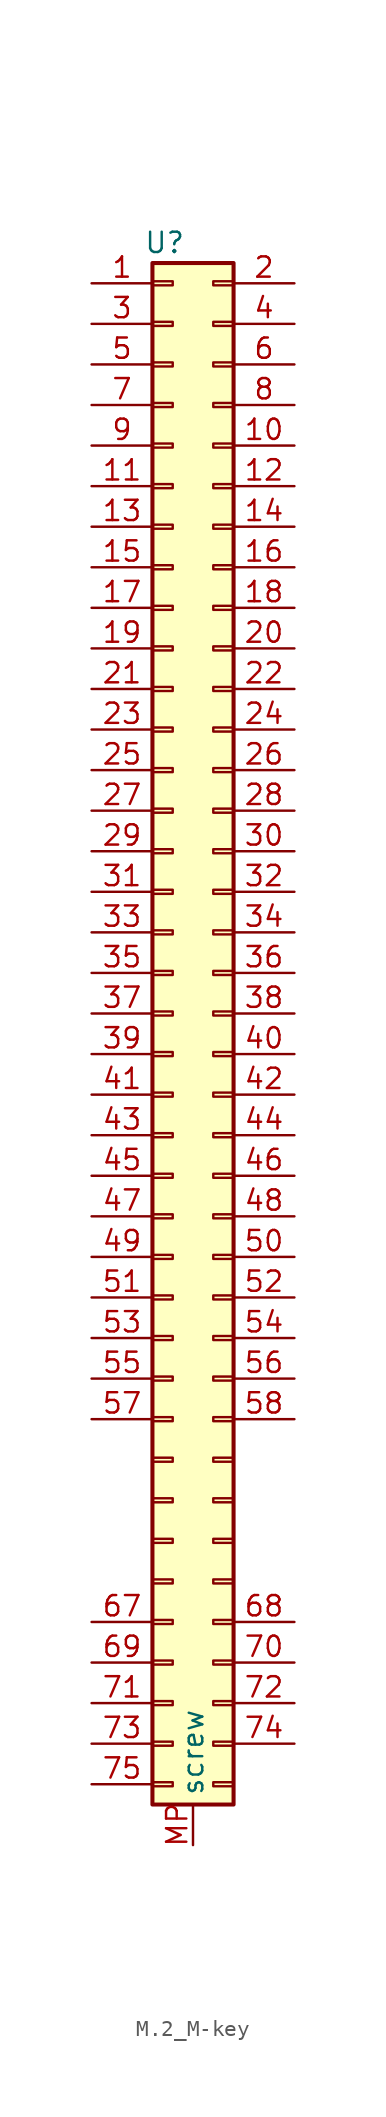
<source format=kicad_sym>
(kicad_symbol_lib
  (version 20241209)
  (generator "kicad_symbol_editor")
  (generator_version "9.0")
  (symbol "M.2_M-key"
    (property "Reference" "U"
      (at -1.778 1.27 0)
      (effects (font (size 1.27 1.27))))
    (property "Value" ""
      (at 0 0 0)
      (effects (font (size 1.27 1.27))))
    (symbol "M.2_M-key_1_1"
      (rectangle (start -2.54 0) (end 2.54 -96.52) (stroke (width 0.254) (type default)) (fill (type background)))
      (rectangle (start -2.54 -1.143) (end -1.27 -1.397) (stroke (width 0.152) (type default)) (fill (type none)))
      (rectangle (start -2.54 -3.683) (end -1.27 -3.937) (stroke (width 0.152) (type default)) (fill (type none)))
      (rectangle (start -2.54 -6.223) (end -1.27 -6.477) (stroke (width 0.152) (type default)) (fill (type none)))
      (rectangle (start -2.54 -8.763) (end -1.27 -9.017) (stroke (width 0.152) (type default)) (fill (type none)))
      (rectangle (start -2.54 -11.303) (end -1.27 -11.557) (stroke (width 0.152) (type default)) (fill (type none)))
      (rectangle (start -2.54 -13.843) (end -1.27 -14.097) (stroke (width 0.152) (type default)) (fill (type none)))
      (rectangle (start -2.54 -16.383) (end -1.27 -16.637) (stroke (width 0.152) (type default)) (fill (type none)))
      (rectangle (start -2.54 -18.923) (end -1.27 -19.177) (stroke (width 0.152) (type default)) (fill (type none)))
      (rectangle (start -2.54 -21.463) (end -1.27 -21.717) (stroke (width 0.152) (type default)) (fill (type none)))
      (rectangle (start -2.54 -24.003) (end -1.27 -24.257) (stroke (width 0.152) (type default)) (fill (type none)))
      (rectangle (start -2.54 -26.543) (end -1.27 -26.797) (stroke (width 0.152) (type default)) (fill (type none)))
      (rectangle (start -2.54 -29.083) (end -1.27 -29.337) (stroke (width 0.152) (type default)) (fill (type none)))
      (rectangle (start -2.54 -31.623) (end -1.27 -31.877) (stroke (width 0.152) (type default)) (fill (type none)))
      (rectangle (start -2.54 -34.163) (end -1.27 -34.417) (stroke (width 0.152) (type default)) (fill (type none)))
      (rectangle (start -2.54 -36.703) (end -1.27 -36.957) (stroke (width 0.152) (type default)) (fill (type none)))
      (rectangle (start -2.54 -39.243) (end -1.27 -39.497) (stroke (width 0.152) (type default)) (fill (type none)))
      (rectangle (start -2.54 -41.783) (end -1.27 -42.037) (stroke (width 0.152) (type default)) (fill (type none)))
      (rectangle (start -2.54 -44.323) (end -1.27 -44.577) (stroke (width 0.152) (type default)) (fill (type none)))
      (rectangle (start -2.54 -46.863) (end -1.27 -47.117) (stroke (width 0.152) (type default)) (fill (type none)))
      (rectangle (start -2.54 -49.403) (end -1.27 -49.657) (stroke (width 0.152) (type default)) (fill (type none)))
      (rectangle (start -2.54 -51.943) (end -1.27 -52.197) (stroke (width 0.152) (type default)) (fill (type none)))
      (rectangle (start -2.54 -54.483) (end -1.27 -54.737) (stroke (width 0.152) (type default)) (fill (type none)))
      (rectangle (start -2.54 -57.023) (end -1.27 -57.277) (stroke (width 0.152) (type default)) (fill (type none)))
      (rectangle (start -2.54 -59.563) (end -1.27 -59.817) (stroke (width 0.152) (type default)) (fill (type none)))
      (rectangle (start -2.54 -62.103) (end -1.27 -62.357) (stroke (width 0.152) (type default)) (fill (type none)))
      (rectangle (start -2.54 -64.643) (end -1.27 -64.897) (stroke (width 0.152) (type default)) (fill (type none)))
      (rectangle (start -2.54 -67.183) (end -1.27 -67.437) (stroke (width 0.152) (type default)) (fill (type none)))
      (rectangle (start -2.54 -69.723) (end -1.27 -69.977) (stroke (width 0.152) (type default)) (fill (type none)))
      (rectangle (start -2.54 -72.263) (end -1.27 -72.517) (stroke (width 0.152) (type default)) (fill (type none)))
      (rectangle (start -2.54 -74.803) (end -1.27 -75.057) (stroke (width 0.152) (type default)) (fill (type none)))
      (rectangle (start -2.54 -77.343) (end -1.27 -77.597) (stroke (width 0.152) (type default)) (fill (type none)))
      (rectangle (start -2.54 -79.883) (end -1.27 -80.137) (stroke (width 0.152) (type default)) (fill (type none)))
      (rectangle (start -2.54 -82.423) (end -1.27 -82.677) (stroke (width 0.152) (type default)) (fill (type none)))
      (rectangle (start -2.54 -84.963) (end -1.27 -85.217) (stroke (width 0.152) (type default)) (fill (type none)))
      (rectangle (start -2.54 -87.503) (end -1.27 -87.757) (stroke (width 0.152) (type default)) (fill (type none)))
      (rectangle (start -2.54 -90.043) (end -1.27 -90.297) (stroke (width 0.152) (type default)) (fill (type none)))
      (rectangle (start -2.54 -92.583) (end -1.27 -92.837) (stroke (width 0.152) (type default)) (fill (type none)))
      (rectangle (start -2.54 -95.123) (end -1.27 -95.377) (stroke (width 0.152) (type default)) (fill (type none)))
      (rectangle (start 2.54 -1.143) (end 1.27 -1.397) (stroke (width 0.152) (type default)) (fill (type none)))
      (rectangle (start 2.54 -3.683) (end 1.27 -3.937) (stroke (width 0.152) (type default)) (fill (type none)))
      (rectangle (start 2.54 -6.223) (end 1.27 -6.477) (stroke (width 0.152) (type default)) (fill (type none)))
      (rectangle (start 2.54 -8.763) (end 1.27 -9.017) (stroke (width 0.152) (type default)) (fill (type none)))
      (rectangle (start 2.54 -11.303) (end 1.27 -11.557) (stroke (width 0.152) (type default)) (fill (type none)))
      (rectangle (start 2.54 -13.843) (end 1.27 -14.097) (stroke (width 0.152) (type default)) (fill (type none)))
      (rectangle (start 2.54 -16.383) (end 1.27 -16.637) (stroke (width 0.152) (type default)) (fill (type none)))
      (rectangle (start 2.54 -18.923) (end 1.27 -19.177) (stroke (width 0.152) (type default)) (fill (type none)))
      (rectangle (start 2.54 -21.463) (end 1.27 -21.717) (stroke (width 0.152) (type default)) (fill (type none)))
      (rectangle (start 2.54 -24.003) (end 1.27 -24.257) (stroke (width 0.152) (type default)) (fill (type none)))
      (rectangle (start 2.54 -26.543) (end 1.27 -26.797) (stroke (width 0.152) (type default)) (fill (type none)))
      (rectangle (start 2.54 -29.083) (end 1.27 -29.337) (stroke (width 0.152) (type default)) (fill (type none)))
      (rectangle (start 2.54 -31.623) (end 1.27 -31.877) (stroke (width 0.152) (type default)) (fill (type none)))
      (rectangle (start 2.54 -34.163) (end 1.27 -34.417) (stroke (width 0.152) (type default)) (fill (type none)))
      (rectangle (start 2.54 -36.703) (end 1.27 -36.957) (stroke (width 0.152) (type default)) (fill (type none)))
      (rectangle (start 2.54 -39.243) (end 1.27 -39.497) (stroke (width 0.152) (type default)) (fill (type none)))
      (rectangle (start 2.54 -41.783) (end 1.27 -42.037) (stroke (width 0.152) (type default)) (fill (type none)))
      (rectangle (start 2.54 -44.323) (end 1.27 -44.577) (stroke (width 0.152) (type default)) (fill (type none)))
      (rectangle (start 2.54 -46.863) (end 1.27 -47.117) (stroke (width 0.152) (type default)) (fill (type none)))
      (rectangle (start 2.54 -49.403) (end 1.27 -49.657) (stroke (width 0.152) (type default)) (fill (type none)))
      (rectangle (start 2.54 -51.943) (end 1.27 -52.197) (stroke (width 0.152) (type default)) (fill (type none)))
      (rectangle (start 2.54 -54.483) (end 1.27 -54.737) (stroke (width 0.152) (type default)) (fill (type none)))
      (rectangle (start 2.54 -57.023) (end 1.27 -57.277) (stroke (width 0.152) (type default)) (fill (type none)))
      (rectangle (start 2.54 -59.563) (end 1.27 -59.817) (stroke (width 0.152) (type default)) (fill (type none)))
      (rectangle (start 2.54 -62.103) (end 1.27 -62.357) (stroke (width 0.152) (type default)) (fill (type none)))
      (rectangle (start 2.54 -64.643) (end 1.27 -64.897) (stroke (width 0.152) (type default)) (fill (type none)))
      (rectangle (start 2.54 -67.183) (end 1.27 -67.437) (stroke (width 0.152) (type default)) (fill (type none)))
      (rectangle (start 2.54 -69.723) (end 1.27 -69.977) (stroke (width 0.152) (type default)) (fill (type none)))
      (rectangle (start 2.54 -72.263) (end 1.27 -72.517) (stroke (width 0.152) (type default)) (fill (type none)))
      (rectangle (start 2.54 -74.803) (end 1.27 -75.057) (stroke (width 0.152) (type default)) (fill (type none)))
      (rectangle (start 2.54 -77.343) (end 1.27 -77.597) (stroke (width 0.152) (type default)) (fill (type none)))
      (rectangle (start 2.54 -79.883) (end 1.27 -80.137) (stroke (width 0.152) (type default)) (fill (type none)))
      (rectangle (start 2.54 -82.423) (end 1.27 -82.677) (stroke (width 0.152) (type default)) (fill (type none)))
      (rectangle (start 2.54 -84.963) (end 1.27 -85.217) (stroke (width 0.152) (type default)) (fill (type none)))
      (rectangle (start 2.54 -87.503) (end 1.27 -87.757) (stroke (width 0.152) (type default)) (fill (type none)))
      (rectangle (start 2.54 -90.043) (end 1.27 -90.297) (stroke (width 0.152) (type default)) (fill (type none)))
      (rectangle (start 2.54 -92.583) (end 1.27 -92.837) (stroke (width 0.152) (type default)) (fill (type none)))
      (rectangle (start 2.54 -95.123) (end 1.27 -95.377) (stroke (width 0.152) (type default)) (fill (type none)))
      (pin passive line (at -6.35 -1.27 0) (length 3.81) (name "" (effects (font (size 1.27 1.27)))) (number "1" (effects (font (size 1.27 1.27)))))
      (pin passive line (at -6.35 -3.81 0) (length 3.81) (name "" (effects (font (size 1.27 1.27)))) (number "3" (effects (font (size 1.27 1.27)))))
      (pin passive line (at -6.35 -6.35 0) (length 3.81) (name "" (effects (font (size 1.27 1.27)))) (number "5" (effects (font (size 1.27 1.27)))))
      (pin passive line (at -6.35 -8.89 0) (length 3.81) (name "" (effects (font (size 1.27 1.27)))) (number "7" (effects (font (size 1.27 1.27)))))
      (pin passive line (at -6.35 -11.43 0) (length 3.81) (name "" (effects (font (size 1.27 1.27)))) (number "9" (effects (font (size 1.27 1.27)))))
      (pin passive line (at -6.35 -13.97 0) (length 3.81) (name "" (effects (font (size 1.27 1.27)))) (number "11" (effects (font (size 1.27 1.27)))))
      (pin passive line (at -6.35 -16.51 0) (length 3.81) (name "" (effects (font (size 1.27 1.27)))) (number "13" (effects (font (size 1.27 1.27)))))
      (pin passive line (at -6.35 -19.05 0) (length 3.81) (name "" (effects (font (size 1.27 1.27)))) (number "15" (effects (font (size 1.27 1.27)))))
      (pin passive line (at -6.35 -21.59 0) (length 3.81) (name "" (effects (font (size 1.27 1.27)))) (number "17" (effects (font (size 1.27 1.27)))))
      (pin passive line (at -6.35 -24.13 0) (length 3.81) (name "" (effects (font (size 1.27 1.27)))) (number "19" (effects (font (size 1.27 1.27)))))
      (pin passive line (at -6.35 -26.67 0) (length 3.81) (name "" (effects (font (size 1.27 1.27)))) (number "21" (effects (font (size 1.27 1.27)))))
      (pin passive line (at -6.35 -29.21 0) (length 3.81) (name "" (effects (font (size 1.27 1.27)))) (number "23" (effects (font (size 1.27 1.27)))))
      (pin passive line (at -6.35 -31.75 0) (length 3.81) (name "" (effects (font (size 1.27 1.27)))) (number "25" (effects (font (size 1.27 1.27)))))
      (pin passive line (at -6.35 -34.29 0) (length 3.81) (name "" (effects (font (size 1.27 1.27)))) (number "27" (effects (font (size 1.27 1.27)))))
      (pin passive line (at -6.35 -36.83 0) (length 3.81) (name "" (effects (font (size 1.27 1.27)))) (number "29" (effects (font (size 1.27 1.27)))))
      (pin passive line (at -6.35 -39.37 0) (length 3.81) (name "" (effects (font (size 1.27 1.27)))) (number "31" (effects (font (size 1.27 1.27)))))
      (pin passive line (at -6.35 -41.91 0) (length 3.81) (name "" (effects (font (size 1.27 1.27)))) (number "33" (effects (font (size 1.27 1.27)))))
      (pin passive line (at -6.35 -44.45 0) (length 3.81) (name "" (effects (font (size 1.27 1.27)))) (number "35" (effects (font (size 1.27 1.27)))))
      (pin passive line (at -6.35 -46.99 0) (length 3.81) (name "" (effects (font (size 1.27 1.27)))) (number "37" (effects (font (size 1.27 1.27)))))
      (pin passive line (at -6.35 -49.53 0) (length 3.81) (name "" (effects (font (size 1.27 1.27)))) (number "39" (effects (font (size 1.27 1.27)))))
      (pin passive line (at -6.35 -52.07 0) (length 3.81) (name "" (effects (font (size 1.27 1.27)))) (number "41" (effects (font (size 1.27 1.27)))))
      (pin passive line (at -6.35 -54.61 0) (length 3.81) (name "" (effects (font (size 1.27 1.27)))) (number "43" (effects (font (size 1.27 1.27)))))
      (pin passive line (at -6.35 -57.15 0) (length 3.81) (name "" (effects (font (size 1.27 1.27)))) (number "45" (effects (font (size 1.27 1.27)))))
      (pin passive line (at -6.35 -59.69 0) (length 3.81) (name "" (effects (font (size 1.27 1.27)))) (number "47" (effects (font (size 1.27 1.27)))))
      (pin passive line (at -6.35 -62.23 0) (length 3.81) (name "" (effects (font (size 1.27 1.27)))) (number "49" (effects (font (size 1.27 1.27)))))
      (pin passive line (at -6.35 -64.77 0) (length 3.81) (name "" (effects (font (size 1.27 1.27)))) (number "51" (effects (font (size 1.27 1.27)))))
      (pin passive line (at -6.35 -67.31 0) (length 3.81) (name "" (effects (font (size 1.27 1.27)))) (number "53" (effects (font (size 1.27 1.27)))))
      (pin passive line (at -6.35 -69.85 0) (length 3.81) (name "" (effects (font (size 1.27 1.27)))) (number "55" (effects (font (size 1.27 1.27)))))
      (pin passive line (at -6.35 -72.39 0) (length 3.81) (name "" (effects (font (size 1.27 1.27)))) (number "57" (effects (font (size 1.27 1.27)))))
      (pin passive line (at -6.35 -85.09 0) (length 3.81) (name "" (effects (font (size 1.27 1.27)))) (number "67" (effects (font (size 1.27 1.27)))))
      (pin passive line (at -6.35 -87.63 0) (length 3.81) (name "" (effects (font (size 1.27 1.27)))) (number "69" (effects (font (size 1.27 1.27)))))
      (pin passive line (at -6.35 -90.17 0) (length 3.81) (name "" (effects (font (size 1.27 1.27)))) (number "71" (effects (font (size 1.27 1.27)))))
      (pin passive line (at -6.35 -92.71 0) (length 3.81) (name "" (effects (font (size 1.27 1.27)))) (number "73" (effects (font (size 1.27 1.27)))))
      (pin passive line (at -6.35 -95.25 0) (length 3.81) (name "" (effects (font (size 1.27 1.27)))) (number "75" (effects (font (size 1.27 1.27)))))
      (pin input line (at 0 -99.06 90) (length 2.54) (name "screw" (effects (font (size 1.27 1.27)))) (number "MP" (effects (font (size 1.27 1.27)))))
      (pin passive line (at 6.35 -1.27 180) (length 3.81) (name "" (effects (font (size 1.27 1.27)))) (number "2" (effects (font (size 1.27 1.27)))))
      (pin passive line (at 6.35 -3.81 180) (length 3.81) (name "" (effects (font (size 1.27 1.27)))) (number "4" (effects (font (size 1.27 1.27)))))
      (pin passive line (at 6.35 -6.35 180) (length 3.81) (name "" (effects (font (size 1.27 1.27)))) (number "6" (effects (font (size 1.27 1.27)))))
      (pin passive line (at 6.35 -8.89 180) (length 3.81) (name "" (effects (font (size 1.27 1.27)))) (number "8" (effects (font (size 1.27 1.27)))))
      (pin passive line (at 6.35 -11.43 180) (length 3.81) (name "" (effects (font (size 1.27 1.27)))) (number "10" (effects (font (size 1.27 1.27)))))
      (pin passive line (at 6.35 -13.97 180) (length 3.81) (name "" (effects (font (size 1.27 1.27)))) (number "12" (effects (font (size 1.27 1.27)))))
      (pin passive line (at 6.35 -16.51 180) (length 3.81) (name "" (effects (font (size 1.27 1.27)))) (number "14" (effects (font (size 1.27 1.27)))))
      (pin passive line (at 6.35 -19.05 180) (length 3.81) (name "" (effects (font (size 1.27 1.27)))) (number "16" (effects (font (size 1.27 1.27)))))
      (pin passive line (at 6.35 -21.59 180) (length 3.81) (name "" (effects (font (size 1.27 1.27)))) (number "18" (effects (font (size 1.27 1.27)))))
      (pin passive line (at 6.35 -24.13 180) (length 3.81) (name "" (effects (font (size 1.27 1.27)))) (number "20" (effects (font (size 1.27 1.27)))))
      (pin passive line (at 6.35 -26.67 180) (length 3.81) (name "" (effects (font (size 1.27 1.27)))) (number "22" (effects (font (size 1.27 1.27)))))
      (pin passive line (at 6.35 -29.21 180) (length 3.81) (name "" (effects (font (size 1.27 1.27)))) (number "24" (effects (font (size 1.27 1.27)))))
      (pin passive line (at 6.35 -31.75 180) (length 3.81) (name "" (effects (font (size 1.27 1.27)))) (number "26" (effects (font (size 1.27 1.27)))))
      (pin passive line (at 6.35 -34.29 180) (length 3.81) (name "" (effects (font (size 1.27 1.27)))) (number "28" (effects (font (size 1.27 1.27)))))
      (pin passive line (at 6.35 -36.83 180) (length 3.81) (name "" (effects (font (size 1.27 1.27)))) (number "30" (effects (font (size 1.27 1.27)))))
      (pin passive line (at 6.35 -39.37 180) (length 3.81) (name "" (effects (font (size 1.27 1.27)))) (number "32" (effects (font (size 1.27 1.27)))))
      (pin passive line (at 6.35 -41.91 180) (length 3.81) (name "" (effects (font (size 1.27 1.27)))) (number "34" (effects (font (size 1.27 1.27)))))
      (pin passive line (at 6.35 -44.45 180) (length 3.81) (name "" (effects (font (size 1.27 1.27)))) (number "36" (effects (font (size 1.27 1.27)))))
      (pin passive line (at 6.35 -46.99 180) (length 3.81) (name "" (effects (font (size 1.27 1.27)))) (number "38" (effects (font (size 1.27 1.27)))))
      (pin passive line (at 6.35 -49.53 180) (length 3.81) (name "" (effects (font (size 1.27 1.27)))) (number "40" (effects (font (size 1.27 1.27)))))
      (pin passive line (at 6.35 -52.07 180) (length 3.81) (name "" (effects (font (size 1.27 1.27)))) (number "42" (effects (font (size 1.27 1.27)))))
      (pin passive line (at 6.35 -54.61 180) (length 3.81) (name "" (effects (font (size 1.27 1.27)))) (number "44" (effects (font (size 1.27 1.27)))))
      (pin passive line (at 6.35 -57.15 180) (length 3.81) (name "" (effects (font (size 1.27 1.27)))) (number "46" (effects (font (size 1.27 1.27)))))
      (pin passive line (at 6.35 -59.69 180) (length 3.81) (name "" (effects (font (size 1.27 1.27)))) (number "48" (effects (font (size 1.27 1.27)))))
      (pin passive line (at 6.35 -62.23 180) (length 3.81) (name "" (effects (font (size 1.27 1.27)))) (number "50" (effects (font (size 1.27 1.27)))))
      (pin passive line (at 6.35 -64.77 180) (length 3.81) (name "" (effects (font (size 1.27 1.27)))) (number "52" (effects (font (size 1.27 1.27)))))
      (pin passive line (at 6.35 -67.31 180) (length 3.81) (name "" (effects (font (size 1.27 1.27)))) (number "54" (effects (font (size 1.27 1.27)))))
      (pin passive line (at 6.35 -69.85 180) (length 3.81) (name "" (effects (font (size 1.27 1.27)))) (number "56" (effects (font (size 1.27 1.27)))))
      (pin passive line (at 6.35 -72.39 180) (length 3.81) (name "" (effects (font (size 1.27 1.27)))) (number "58" (effects (font (size 1.27 1.27)))))
      (pin passive line (at 6.35 -85.09 180) (length 3.81) (name "" (effects (font (size 1.27 1.27)))) (number "68" (effects (font (size 1.27 1.27)))))
      (pin passive line (at 6.35 -87.63 180) (length 3.81) (name "" (effects (font (size 1.27 1.27)))) (number "70" (effects (font (size 1.27 1.27)))))
      (pin passive line (at 6.35 -90.17 180) (length 3.81) (name "" (effects (font (size 1.27 1.27)))) (number "72" (effects (font (size 1.27 1.27)))))
      (pin passive line (at 6.35 -92.71 180) (length 3.81) (name "" (effects (font (size 1.27 1.27)))) (number "74" (effects (font (size 1.27 1.27))))))))
</source>
